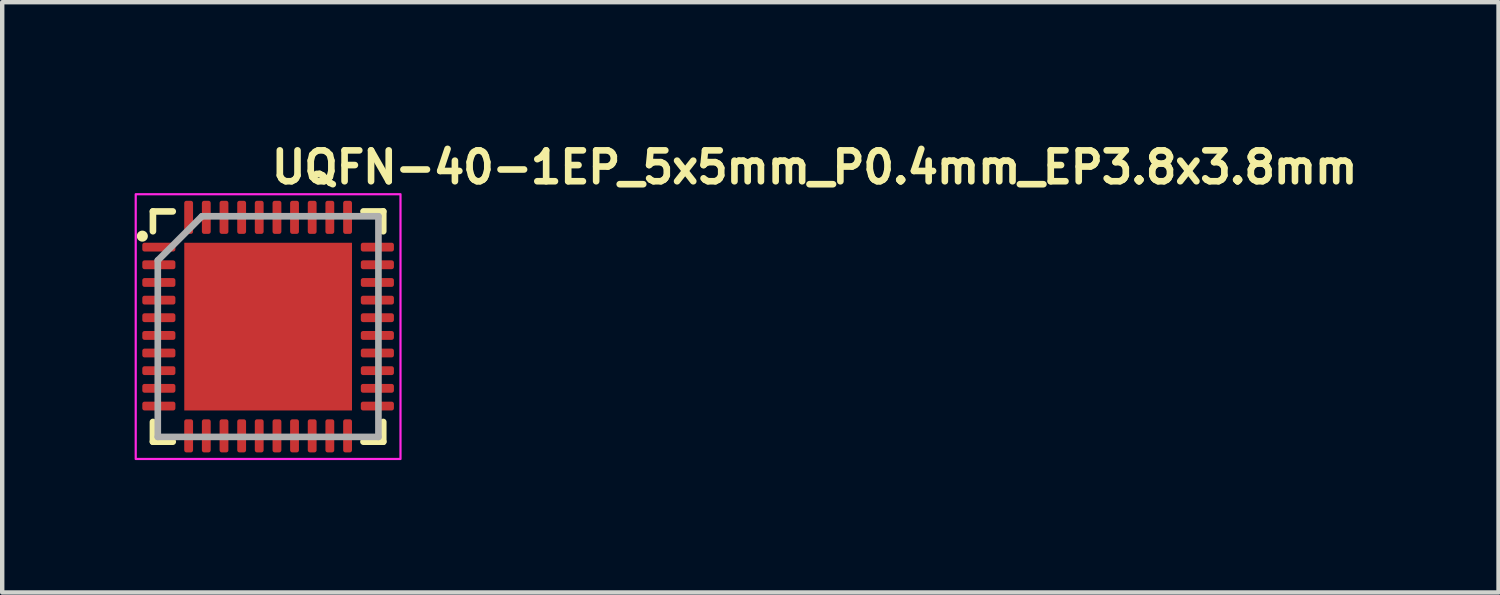
<source format=kicad_pcb>
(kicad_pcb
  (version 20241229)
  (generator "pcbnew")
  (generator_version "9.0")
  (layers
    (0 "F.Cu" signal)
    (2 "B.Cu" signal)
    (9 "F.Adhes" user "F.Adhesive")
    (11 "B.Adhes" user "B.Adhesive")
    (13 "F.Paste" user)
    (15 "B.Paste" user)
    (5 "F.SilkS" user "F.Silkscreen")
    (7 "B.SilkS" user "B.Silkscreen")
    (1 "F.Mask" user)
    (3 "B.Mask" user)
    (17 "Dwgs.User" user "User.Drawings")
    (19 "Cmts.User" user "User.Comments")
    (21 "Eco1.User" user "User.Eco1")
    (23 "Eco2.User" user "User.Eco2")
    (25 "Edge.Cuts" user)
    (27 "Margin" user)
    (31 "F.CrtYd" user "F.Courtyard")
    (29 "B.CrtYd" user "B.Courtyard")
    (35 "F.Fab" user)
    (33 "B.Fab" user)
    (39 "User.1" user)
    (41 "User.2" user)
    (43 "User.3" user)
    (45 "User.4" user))
  (footprint "UQFN-40-1EP_5x5mm_P0.4mm_EP3.8x3.8mm"
    (layer "F.Cu")
    (at 3.025 4.35)
    (property "Reference" "UQFN-40-1EP_5x5mm_P0.4mm_EP3.8x3.8mm" (at 0 -3.2 0) (layer "F.SilkS") (effects (font (size 0.7 0.7) (thickness 0.15)) (justify left bottom)))
    (attr smd)
    (fp_line (start -2.61 -2.161) (end -2.61 -2.61) (stroke (width 0.15) (type solid)) (layer "F.SilkS"))
    (fp_line (start -2.61 2.608) (end -2.61 2.16) (stroke (width 0.15) (type solid)) (layer "F.SilkS"))
    (fp_line (start -2.161 -2.61) (end -2.61 -2.61) (stroke (width 0.15) (type solid)) (layer "F.SilkS"))
    (fp_line (start -2.161 2.608) (end -2.61 2.608) (stroke (width 0.15) (type solid)) (layer "F.SilkS"))
    (fp_line (start 2.16 -2.61) (end 2.608 -2.61) (stroke (width 0.15) (type solid)) (layer "F.SilkS"))
    (fp_line (start 2.16 2.608) (end 2.608 2.608) (stroke (width 0.15) (type solid)) (layer "F.SilkS"))
    (fp_line (start 2.608 -2.61) (end 2.608 -2.161) (stroke (width 0.15) (type solid)) (layer "F.SilkS"))
    (fp_line (start 2.608 2.608) (end 2.608 2.16) (stroke (width 0.15) (type solid)) (layer "F.SilkS"))
    (fp_circle (center -2.85 -2.05) (end -2.8 -2.05) (stroke (width 0.15) (type solid)) (fill yes) (layer "F.SilkS"))
    (fp_rect (start -3 -3) (end 2.999 2.999) (stroke (width 0.05) (type solid)) (fill no) (layer "F.CrtYd"))
    (fp_line (start -2.5 -1.5) (end -1.5 -2.5) (stroke (width 0.15) (type solid)) (layer "F.Fab"))
    (fp_line (start -2.5 2.499) (end -2.5 -1.5) (stroke (width 0.15) (type solid)) (layer "F.Fab"))
    (fp_line (start -1.5 -2.5) (end 2.499 -2.5) (stroke (width 0.15) (type solid)) (layer "F.Fab"))
    (fp_line (start 2.499 -2.5) (end 2.499 2.499) (stroke (width 0.15) (type solid)) (layer "F.Fab"))
    (fp_line (start 2.499 2.499) (end -2.5 2.499) (stroke (width 0.15) (type solid)) (layer "F.Fab"))
    (fp_rect (start -2.5 -2.5) (end 2.499 2.499) (stroke (width 0.1) (type solid)) (fill no) (layer "User.5"))
    (fp_line (start -2.5 -1.901) (end -2.5 -1.7) (stroke (width 0.02) (type solid)) (layer "User.9"))
    (fp_line (start -2.5 -1.7) (end -2.492 -1.7) (stroke (width 0.02) (type solid)) (layer "User.9"))
    (fp_line (start -2.5 -1.5) (end -2.5 -1.301) (stroke (width 0.02) (type solid)) (layer "User.9"))
    (fp_line (start -2.5 -1.301) (end -2.492 -1.301) (stroke (width 0.02) (type solid)) (layer "User.9"))
    (fp_line (start -2.5 -1.101) (end -2.5 -0.902) (stroke (width 0.02) (type solid)) (layer "User.9"))
    (fp_line (start -2.5 -0.902) (end -2.492 -0.902) (stroke (width 0.02) (type solid)) (layer "User.9"))
    (fp_line (start -2.5 -0.701) (end -2.5 -0.5) (stroke (width 0.02) (type solid)) (layer "User.9"))
    (fp_line (start -2.5 -0.5) (end -2.492 -0.5) (stroke (width 0.02) (type solid)) (layer "User.9"))
    (fp_line (start -2.5 -0.3) (end -2.5 -0.102) (stroke (width 0.02) (type solid)) (layer "User.9"))
    (fp_line (start -2.5 -0.102) (end -2.492 -0.102) (stroke (width 0.02) (type solid)) (layer "User.9"))
    (fp_line (start -2.5 0.1) (end -2.5 0.298) (stroke (width 0.02) (type solid)) (layer "User.9"))
    (fp_line (start -2.5 0.298) (end -2.492 0.298) (stroke (width 0.02) (type solid)) (layer "User.9"))
    (fp_line (start -2.5 0.498) (end -2.5 0.699) (stroke (width 0.02) (type solid)) (layer "User.9"))
    (fp_line (start -2.5 0.699) (end -2.492 0.699) (stroke (width 0.02) (type solid)) (layer "User.9"))
    (fp_line (start -2.5 0.9) (end -2.5 1.1) (stroke (width 0.02) (type solid)) (layer "User.9"))
    (fp_line (start -2.5 1.1) (end -2.492 1.1) (stroke (width 0.02) (type solid)) (layer "User.9"))
    (fp_line (start -2.5 1.3) (end -2.5 1.499) (stroke (width 0.02) (type solid)) (layer "User.9"))
    (fp_line (start -2.5 1.499) (end -2.492 1.499) (stroke (width 0.02) (type solid)) (layer "User.9"))
    (fp_line (start -2.5 1.699) (end -2.5 1.898) (stroke (width 0.02) (type solid)) (layer "User.9"))
    (fp_line (start -2.5 1.898) (end -2.492 1.898) (stroke (width 0.02) (type solid)) (layer "User.9"))
    (fp_line (start -2.492 -2.492) (end -2.492 2.49) (stroke (width 0.02) (type solid)) (layer "User.9"))
    (fp_line (start -2.492 -2.492) (end 2.49 -2.492) (stroke (width 0.02) (type solid)) (layer "User.9"))
    (fp_line (start -2.492 -1.901) (end -2.5 -1.901) (stroke (width 0.02) (type solid)) (layer "User.9"))
    (fp_line (start -2.492 -1.5) (end -2.5 -1.5) (stroke (width 0.02) (type solid)) (layer "User.9"))
    (fp_line (start -2.492 -1.101) (end -2.5 -1.101) (stroke (width 0.02) (type solid)) (layer "User.9"))
    (fp_line (start -2.492 -0.701) (end -2.5 -0.701) (stroke (width 0.02) (type solid)) (layer "User.9"))
    (fp_line (start -2.492 -0.3) (end -2.5 -0.3) (stroke (width 0.02) (type solid)) (layer "User.9"))
    (fp_line (start -2.492 0.1) (end -2.5 0.1) (stroke (width 0.02) (type solid)) (layer "User.9"))
    (fp_line (start -2.492 0.498) (end -2.5 0.498) (stroke (width 0.02) (type solid)) (layer "User.9"))
    (fp_line (start -2.492 0.9) (end -2.5 0.9) (stroke (width 0.02) (type solid)) (layer "User.9"))
    (fp_line (start -2.492 1.3) (end -2.5 1.3) (stroke (width 0.02) (type solid)) (layer "User.9"))
    (fp_line (start -2.492 1.699) (end -2.5 1.699) (stroke (width 0.02) (type solid)) (layer "User.9"))
    (fp_line (start -2.492 2.49) (end 2.49 2.49) (stroke (width 0.02) (type solid)) (layer "User.9"))
    (fp_line (start -2.05 -1.813) (end -2.05 -1.801) (stroke (width 0.02) (type solid)) (layer "User.9"))
    (fp_line (start -2.05 -1.801) (end -2.05 -1.801) (stroke (width 0.02) (type solid)) (layer "User.9"))
    (fp_line (start -2.05 -1.801) (end -2.05 -1.788) (stroke (width 0.02) (type solid)) (layer "User.9"))
    (fp_line (start -2.05 -1.788) (end -2.049 -1.776) (stroke (width 0.02) (type solid)) (layer "User.9"))
    (fp_line (start -2.049 -1.827) (end -2.05 -1.813) (stroke (width 0.02) (type solid)) (layer "User.9"))
    (fp_line (start -2.049 -1.776) (end -2.048 -1.762) (stroke (width 0.02) (type solid)) (layer "User.9"))
    (fp_line (start -2.048 -1.839) (end -2.049 -1.827) (stroke (width 0.02) (type solid)) (layer "User.9"))
    (fp_line (start -2.048 -1.762) (end -2.045 -1.75) (stroke (width 0.02) (type solid)) (layer "User.9"))
    (fp_line (start -2.045 -1.851) (end -2.048 -1.839) (stroke (width 0.02) (type solid)) (layer "User.9"))
    (fp_line (start -2.045 -1.75) (end -2.044 -1.738) (stroke (width 0.02) (type solid)) (layer "User.9"))
    (fp_line (start -2.044 -1.863) (end -2.045 -1.851) (stroke (width 0.02) (type solid)) (layer "User.9"))
    (fp_line (start -2.044 -1.738) (end -2.04 -1.726) (stroke (width 0.02) (type solid)) (layer "User.9"))
    (fp_line (start -2.04 -1.875) (end -2.044 -1.863) (stroke (width 0.02) (type solid)) (layer "User.9"))
    (fp_line (start -2.04 -1.726) (end -2.036 -1.716) (stroke (width 0.02) (type solid)) (layer "User.9"))
    (fp_line (start -2.036 -1.887) (end -2.04 -1.875) (stroke (width 0.02) (type solid)) (layer "User.9"))
    (fp_line (start -2.036 -1.716) (end -2.032 -1.704) (stroke (width 0.02) (type solid)) (layer "User.9"))
    (fp_line (start -2.032 -1.899) (end -2.036 -1.887) (stroke (width 0.02) (type solid)) (layer "User.9"))
    (fp_line (start -2.032 -1.704) (end -2.027 -1.692) (stroke (width 0.02) (type solid)) (layer "User.9"))
    (fp_line (start -2.027 -1.909) (end -2.032 -1.899) (stroke (width 0.02) (type solid)) (layer "User.9"))
    (fp_line (start -2.027 -1.692) (end -2.02 -1.682) (stroke (width 0.02) (type solid)) (layer "User.9"))
    (fp_line (start -2.02 -1.92) (end -2.027 -1.909) (stroke (width 0.02) (type solid)) (layer "User.9"))
    (fp_line (start -2.02 -1.682) (end -2.015 -1.672) (stroke (width 0.02) (type solid)) (layer "User.9"))
    (fp_line (start -2.015 -1.93) (end -2.02 -1.92) (stroke (width 0.02) (type solid)) (layer "User.9"))
    (fp_line (start -2.015 -1.672) (end -2.008 -1.661) (stroke (width 0.02) (type solid)) (layer "User.9"))
    (fp_line (start -2.008 -1.94) (end -2.015 -1.93) (stroke (width 0.02) (type solid)) (layer "User.9"))
    (fp_line (start -2.008 -1.661) (end -2.001 -1.651) (stroke (width 0.02) (type solid)) (layer "User.9"))
    (fp_line (start -2.001 -1.95) (end -2.008 -1.94) (stroke (width 0.02) (type solid)) (layer "User.9"))
    (fp_line (start -2.001 -1.651) (end -1.994 -1.641) (stroke (width 0.02) (type solid)) (layer "User.9"))
    (fp_line (start -1.994 -1.96) (end -2.001 -1.95) (stroke (width 0.02) (type solid)) (layer "User.9"))
    (fp_line (start -1.994 -1.641) (end -1.986 -1.633) (stroke (width 0.02) (type solid)) (layer "User.9"))
    (fp_line (start -1.986 -1.97) (end -1.994 -1.96) (stroke (width 0.02) (type solid)) (layer "User.9"))
    (fp_line (start -1.986 -1.633) (end -1.978 -1.625) (stroke (width 0.02) (type solid)) (layer "User.9"))
    (fp_line (start -1.978 -1.978) (end -1.986 -1.97) (stroke (width 0.02) (type solid)) (layer "User.9"))
    (fp_line (start -1.978 -1.625) (end -1.97 -1.615) (stroke (width 0.02) (type solid)) (layer "User.9"))
    (fp_line (start -1.97 -1.986) (end -1.978 -1.978) (stroke (width 0.02) (type solid)) (layer "User.9"))
    (fp_line (start -1.97 -1.615) (end -1.96 -1.609) (stroke (width 0.02) (type solid)) (layer "User.9"))
    (fp_line (start -1.96 -1.994) (end -1.97 -1.986) (stroke (width 0.02) (type solid)) (layer "User.9"))
    (fp_line (start -1.96 -1.609) (end -1.95 -1.601) (stroke (width 0.02) (type solid)) (layer "User.9"))
    (fp_line (start -1.95 -2.001) (end -1.96 -1.994) (stroke (width 0.02) (type solid)) (layer "User.9"))
    (fp_line (start -1.95 -1.601) (end -1.94 -1.593) (stroke (width 0.02) (type solid)) (layer "User.9"))
    (fp_line (start -1.94 -2.008) (end -1.95 -2.001) (stroke (width 0.02) (type solid)) (layer "User.9"))
    (fp_line (start -1.94 -1.593) (end -1.93 -1.587) (stroke (width 0.02) (type solid)) (layer "User.9"))
    (fp_line (start -1.93 -2.015) (end -1.94 -2.008) (stroke (width 0.02) (type solid)) (layer "User.9"))
    (fp_line (start -1.93 -1.587) (end -1.92 -1.581) (stroke (width 0.02) (type solid)) (layer "User.9"))
    (fp_line (start -1.92 -2.02) (end -1.93 -2.015) (stroke (width 0.02) (type solid)) (layer "User.9"))
    (fp_line (start -1.92 -1.581) (end -1.909 -1.575) (stroke (width 0.02) (type solid)) (layer "User.9"))
    (fp_line (start -1.909 -2.027) (end -1.92 -2.02) (stroke (width 0.02) (type solid)) (layer "User.9"))
    (fp_line (start -1.909 -1.575) (end -1.899 -1.571) (stroke (width 0.02) (type solid)) (layer "User.9"))
    (fp_line (start -1.901 -2.5) (end -1.901 -2.492) (stroke (width 0.02) (type solid)) (layer "User.9"))
    (fp_line (start -1.901 2.49) (end -1.901 2.499) (stroke (width 0.02) (type solid)) (layer "User.9"))
    (fp_line (start -1.901 2.499) (end -1.7 2.499) (stroke (width 0.02) (type solid)) (layer "User.9"))
    (fp_line (start -1.899 -2.032) (end -1.909 -2.027) (stroke (width 0.02) (type solid)) (layer "User.9"))
    (fp_line (start -1.899 -1.571) (end -1.887 -1.567) (stroke (width 0.02) (type solid)) (layer "User.9"))
    (fp_line (start -1.887 -2.036) (end -1.899 -2.032) (stroke (width 0.02) (type solid)) (layer "User.9"))
    (fp_line (start -1.887 -1.567) (end -1.875 -1.563) (stroke (width 0.02) (type solid)) (layer "User.9"))
    (fp_line (start -1.875 -2.04) (end -1.887 -2.036) (stroke (width 0.02) (type solid)) (layer "User.9"))
    (fp_line (start -1.875 -1.563) (end -1.863 -1.559) (stroke (width 0.02) (type solid)) (layer "User.9"))
    (fp_line (start -1.863 -2.044) (end -1.875 -2.04) (stroke (width 0.02) (type solid)) (layer "User.9"))
    (fp_line (start -1.863 -1.559) (end -1.851 -1.557) (stroke (width 0.02) (type solid)) (layer "User.9"))
    (fp_line (start -1.851 -2.045) (end -1.863 -2.044) (stroke (width 0.02) (type solid)) (layer "User.9"))
    (fp_line (start -1.851 -1.557) (end -1.839 -1.553) (stroke (width 0.02) (type solid)) (layer "User.9"))
    (fp_line (start -1.839 -2.048) (end -1.851 -2.045) (stroke (width 0.02) (type solid)) (layer "User.9"))
    (fp_line (start -1.839 -1.553) (end -1.827 -1.553) (stroke (width 0.02) (type solid)) (layer "User.9"))
    (fp_line (start -1.827 -2.049) (end -1.839 -2.048) (stroke (width 0.02) (type solid)) (layer "User.9"))
    (fp_line (start -1.827 -1.553) (end -1.813 -1.551) (stroke (width 0.02) (type solid)) (layer "User.9"))
    (fp_line (start -1.813 -2.05) (end -1.827 -2.049) (stroke (width 0.02) (type solid)) (layer "User.9"))
    (fp_line (start -1.813 -1.551) (end -1.801 -1.551) (stroke (width 0.02) (type solid)) (layer "User.9"))
    (fp_line (start -1.801 -2.05) (end -1.813 -2.05) (stroke (width 0.02) (type solid)) (layer "User.9"))
    (fp_line (start -1.801 -2.05) (end -1.801 -2.05) (stroke (width 0.02) (type solid)) (layer "User.9"))
    (fp_line (start -1.801 -1.551) (end -1.801 -1.551) (stroke (width 0.02) (type solid)) (layer "User.9"))
    (fp_line (start -1.801 -1.551) (end -1.788 -1.551) (stroke (width 0.02) (type solid)) (layer "User.9"))
    (fp_line (start -1.788 -2.05) (end -1.801 -2.05) (stroke (width 0.02) (type solid)) (layer "User.9"))
    (fp_line (start -1.788 -1.551) (end -1.776 -1.553) (stroke (width 0.02) (type solid)) (layer "User.9"))
    (fp_line (start -1.776 -2.049) (end -1.788 -2.05) (stroke (width 0.02) (type solid)) (layer "User.9"))
    (fp_line (start -1.776 -1.553) (end -1.762 -1.553) (stroke (width 0.02) (type solid)) (layer "User.9"))
    (fp_line (start -1.762 -2.048) (end -1.776 -2.049) (stroke (width 0.02) (type solid)) (layer "User.9"))
    (fp_line (start -1.762 -1.553) (end -1.75 -1.557) (stroke (width 0.02) (type solid)) (layer "User.9"))
    (fp_line (start -1.75 -2.045) (end -1.762 -2.048) (stroke (width 0.02) (type solid)) (layer "User.9"))
    (fp_line (start -1.75 -1.557) (end -1.738 -1.559) (stroke (width 0.02) (type solid)) (layer "User.9"))
    (fp_line (start -1.738 -2.044) (end -1.75 -2.045) (stroke (width 0.02) (type solid)) (layer "User.9"))
    (fp_line (start -1.738 -1.559) (end -1.726 -1.563) (stroke (width 0.02) (type solid)) (layer "User.9"))
    (fp_line (start -1.726 -2.04) (end -1.738 -2.044) (stroke (width 0.02) (type solid)) (layer "User.9"))
    (fp_line (start -1.726 -1.563) (end -1.716 -1.567) (stroke (width 0.02) (type solid)) (layer "User.9"))
    (fp_line (start -1.716 -2.036) (end -1.726 -2.04) (stroke (width 0.02) (type solid)) (layer "User.9"))
    (fp_line (start -1.716 -1.567) (end -1.704 -1.571) (stroke (width 0.02) (type solid)) (layer "User.9"))
    (fp_line (start -1.704 -2.032) (end -1.716 -2.036) (stroke (width 0.02) (type solid)) (layer "User.9"))
    (fp_line (start -1.704 -1.571) (end -1.692 -1.575) (stroke (width 0.02) (type solid)) (layer "User.9"))
    (fp_line (start -1.7 -2.5) (end -1.901 -2.5) (stroke (width 0.02) (type solid)) (layer "User.9"))
    (fp_line (start -1.7 -2.492) (end -1.7 -2.5) (stroke (width 0.02) (type solid)) (layer "User.9"))
    (fp_line (start -1.7 2.499) (end -1.7 2.49) (stroke (width 0.02) (type solid)) (layer "User.9"))
    (fp_line (start -1.692 -2.027) (end -1.704 -2.032) (stroke (width 0.02) (type solid)) (layer "User.9"))
    (fp_line (start -1.692 -1.575) (end -1.682 -1.581) (stroke (width 0.02) (type solid)) (layer "User.9"))
    (fp_line (start -1.682 -2.02) (end -1.692 -2.027) (stroke (width 0.02) (type solid)) (layer "User.9"))
    (fp_line (start -1.682 -1.581) (end -1.672 -1.587) (stroke (width 0.02) (type solid)) (layer "User.9"))
    (fp_line (start -1.672 -2.015) (end -1.682 -2.02) (stroke (width 0.02) (type solid)) (layer "User.9"))
    (fp_line (start -1.672 -1.587) (end -1.661 -1.593) (stroke (width 0.02) (type solid)) (layer "User.9"))
    (fp_line (start -1.661 -2.008) (end -1.672 -2.015) (stroke (width 0.02) (type solid)) (layer "User.9"))
    (fp_line (start -1.661 -1.593) (end -1.651 -1.601) (stroke (width 0.02) (type solid)) (layer "User.9"))
    (fp_line (start -1.651 -2.001) (end -1.661 -2.008) (stroke (width 0.02) (type solid)) (layer "User.9"))
    (fp_line (start -1.651 -1.601) (end -1.641 -1.609) (stroke (width 0.02) (type solid)) (layer "User.9"))
    (fp_line (start -1.641 -1.994) (end -1.651 -2.001) (stroke (width 0.02) (type solid)) (layer "User.9"))
    (fp_line (start -1.641 -1.609) (end -1.633 -1.615) (stroke (width 0.02) (type solid)) (layer "User.9"))
    (fp_line (start -1.633 -1.986) (end -1.641 -1.994) (stroke (width 0.02) (type solid)) (layer "User.9"))
    (fp_line (start -1.633 -1.615) (end -1.625 -1.625) (stroke (width 0.02) (type solid)) (layer "User.9"))
    (fp_line (start -1.625 -1.978) (end -1.633 -1.986) (stroke (width 0.02) (type solid)) (layer "User.9"))
    (fp_line (start -1.625 -1.625) (end -1.615 -1.633) (stroke (width 0.02) (type solid)) (layer "User.9"))
    (fp_line (start -1.615 -1.97) (end -1.625 -1.978) (stroke (width 0.02) (type solid)) (layer "User.9"))
    (fp_line (start -1.615 -1.633) (end -1.609 -1.641) (stroke (width 0.02) (type solid)) (layer "User.9"))
    (fp_line (start -1.609 -1.96) (end -1.615 -1.97) (stroke (width 0.02) (type solid)) (layer "User.9"))
    (fp_line (start -1.609 -1.641) (end -1.601 -1.651) (stroke (width 0.02) (type solid)) (layer "User.9"))
    (fp_line (start -1.601 -1.95) (end -1.609 -1.96) (stroke (width 0.02) (type solid)) (layer "User.9"))
    (fp_line (start -1.601 -1.651) (end -1.593 -1.661) (stroke (width 0.02) (type solid)) (layer "User.9"))
    (fp_line (start -1.593 -1.94) (end -1.601 -1.95) (stroke (width 0.02) (type solid)) (layer "User.9"))
    (fp_line (start -1.593 -1.661) (end -1.587 -1.672) (stroke (width 0.02) (type solid)) (layer "User.9"))
    (fp_line (start -1.587 -1.93) (end -1.593 -1.94) (stroke (width 0.02) (type solid)) (layer "User.9"))
    (fp_line (start -1.587 -1.672) (end -1.581 -1.682) (stroke (width 0.02) (type solid)) (layer "User.9"))
    (fp_line (start -1.581 -1.92) (end -1.587 -1.93) (stroke (width 0.02) (type solid)) (layer "User.9"))
    (fp_line (start -1.581 -1.682) (end -1.575 -1.692) (stroke (width 0.02) (type solid)) (layer "User.9"))
    (fp_line (start -1.575 -1.909) (end -1.581 -1.92) (stroke (width 0.02) (type solid)) (layer "User.9"))
    (fp_line (start -1.575 -1.692) (end -1.571 -1.704) (stroke (width 0.02) (type solid)) (layer "User.9"))
    (fp_line (start -1.571 -1.899) (end -1.575 -1.909) (stroke (width 0.02) (type solid)) (layer "User.9"))
    (fp_line (start -1.571 -1.704) (end -1.567 -1.716) (stroke (width 0.02) (type solid)) (layer "User.9"))
    (fp_line (start -1.567 -1.887) (end -1.571 -1.899) (stroke (width 0.02) (type solid)) (layer "User.9"))
    (fp_line (start -1.567 -1.716) (end -1.563 -1.726) (stroke (width 0.02) (type solid)) (layer "User.9"))
    (fp_line (start -1.563 -1.875) (end -1.567 -1.887) (stroke (width 0.02) (type solid)) (layer "User.9"))
    (fp_line (start -1.563 -1.726) (end -1.559 -1.738) (stroke (width 0.02) (type solid)) (layer "User.9"))
    (fp_line (start -1.559 -1.863) (end -1.563 -1.875) (stroke (width 0.02) (type solid)) (layer "User.9"))
    (fp_line (start -1.559 -1.738) (end -1.557 -1.75) (stroke (width 0.02) (type solid)) (layer "User.9"))
    (fp_line (start -1.557 -1.851) (end -1.559 -1.863) (stroke (width 0.02) (type solid)) (layer "User.9"))
    (fp_line (start -1.557 -1.75) (end -1.553 -1.762) (stroke (width 0.02) (type solid)) (layer "User.9"))
    (fp_line (start -1.553 -1.839) (end -1.557 -1.851) (stroke (width 0.02) (type solid)) (layer "User.9"))
    (fp_line (start -1.553 -1.827) (end -1.553 -1.839) (stroke (width 0.02) (type solid)) (layer "User.9"))
    (fp_line (start -1.553 -1.776) (end -1.551 -1.788) (stroke (width 0.02) (type solid)) (layer "User.9"))
    (fp_line (start -1.553 -1.762) (end -1.553 -1.776) (stroke (width 0.02) (type solid)) (layer "User.9"))
    (fp_line (start -1.551 -1.813) (end -1.553 -1.827) (stroke (width 0.02) (type solid)) (layer "User.9"))
    (fp_line (start -1.551 -1.801) (end -1.551 -1.813) (stroke (width 0.02) (type solid)) (layer "User.9"))
    (fp_line (start -1.551 -1.801) (end -1.551 -1.801) (stroke (width 0.02) (type solid)) (layer "User.9"))
    (fp_line (start -1.551 -1.801) (end -1.551 -1.801) (stroke (width 0.02) (type solid)) (layer "User.9"))
    (fp_line (start -1.551 -1.788) (end -1.551 -1.801) (stroke (width 0.02) (type solid)) (layer "User.9"))
    (fp_line (start -1.5 -2.5) (end -1.5 -2.492) (stroke (width 0.02) (type solid)) (layer "User.9"))
    (fp_line (start -1.5 2.49) (end -1.5 2.499) (stroke (width 0.02) (type solid)) (layer "User.9"))
    (fp_line (start -1.5 2.499) (end -1.301 2.499) (stroke (width 0.02) (type solid)) (layer "User.9"))
    (fp_line (start -1.301 -2.5) (end -1.5 -2.5) (stroke (width 0.02) (type solid)) (layer "User.9"))
    (fp_line (start -1.301 -2.492) (end -1.301 -2.5) (stroke (width 0.02) (type solid)) (layer "User.9"))
    (fp_line (start -1.301 2.499) (end -1.301 2.49) (stroke (width 0.02) (type solid)) (layer "User.9"))
    (fp_line (start -1.101 -2.5) (end -1.101 -2.492) (stroke (width 0.02) (type solid)) (layer "User.9"))
    (fp_line (start -1.101 2.49) (end -1.101 2.499) (stroke (width 0.02) (type solid)) (layer "User.9"))
    (fp_line (start -1.101 2.499) (end -0.902 2.499) (stroke (width 0.02) (type solid)) (layer "User.9"))
    (fp_line (start -0.902 -2.5) (end -1.101 -2.5) (stroke (width 0.02) (type solid)) (layer "User.9"))
    (fp_line (start -0.902 -2.492) (end -0.902 -2.5) (stroke (width 0.02) (type solid)) (layer "User.9"))
    (fp_line (start -0.902 2.499) (end -0.902 2.49) (stroke (width 0.02) (type solid)) (layer "User.9"))
    (fp_line (start -0.701 -2.5) (end -0.701 -2.492) (stroke (width 0.02) (type solid)) (layer "User.9"))
    (fp_line (start -0.701 2.49) (end -0.701 2.499) (stroke (width 0.02) (type solid)) (layer "User.9"))
    (fp_line (start -0.701 2.499) (end -0.5 2.499) (stroke (width 0.02) (type solid)) (layer "User.9"))
    (fp_line (start -0.5 -2.5) (end -0.701 -2.5) (stroke (width 0.02) (type solid)) (layer "User.9"))
    (fp_line (start -0.5 -2.492) (end -0.5 -2.5) (stroke (width 0.02) (type solid)) (layer "User.9"))
    (fp_line (start -0.5 2.499) (end -0.5 2.49) (stroke (width 0.02) (type solid)) (layer "User.9"))
    (fp_line (start -0.3 -2.5) (end -0.3 -2.492) (stroke (width 0.02) (type solid)) (layer "User.9"))
    (fp_line (start -0.3 2.49) (end -0.3 2.499) (stroke (width 0.02) (type solid)) (layer "User.9"))
    (fp_line (start -0.3 2.499) (end -0.102 2.499) (stroke (width 0.02) (type solid)) (layer "User.9"))
    (fp_line (start -0.102 -2.5) (end -0.3 -2.5) (stroke (width 0.02) (type solid)) (layer "User.9"))
    (fp_line (start -0.102 -2.492) (end -0.102 -2.5) (stroke (width 0.02) (type solid)) (layer "User.9"))
    (fp_line (start -0.102 2.499) (end -0.102 2.49) (stroke (width 0.02) (type solid)) (layer "User.9"))
    (fp_line (start 0.1 -2.5) (end 0.1 -2.492) (stroke (width 0.02) (type solid)) (layer "User.9"))
    (fp_line (start 0.1 2.49) (end 0.1 2.499) (stroke (width 0.02) (type solid)) (layer "User.9"))
    (fp_line (start 0.1 2.499) (end 0.298 2.499) (stroke (width 0.02) (type solid)) (layer "User.9"))
    (fp_line (start 0.298 -2.5) (end 0.1 -2.5) (stroke (width 0.02) (type solid)) (layer "User.9"))
    (fp_line (start 0.298 -2.492) (end 0.298 -2.5) (stroke (width 0.02) (type solid)) (layer "User.9"))
    (fp_line (start 0.298 2.499) (end 0.298 2.49) (stroke (width 0.02) (type solid)) (layer "User.9"))
    (fp_line (start 0.498 -2.5) (end 0.498 -2.492) (stroke (width 0.02) (type solid)) (layer "User.9"))
    (fp_line (start 0.498 2.49) (end 0.498 2.499) (stroke (width 0.02) (type solid)) (layer "User.9"))
    (fp_line (start 0.498 2.499) (end 0.699 2.499) (stroke (width 0.02) (type solid)) (layer "User.9"))
    (fp_line (start 0.699 -2.5) (end 0.498 -2.5) (stroke (width 0.02) (type solid)) (layer "User.9"))
    (fp_line (start 0.699 -2.492) (end 0.699 -2.5) (stroke (width 0.02) (type solid)) (layer "User.9"))
    (fp_line (start 0.699 2.499) (end 0.699 2.49) (stroke (width 0.02) (type solid)) (layer "User.9"))
    (fp_line (start 0.9 -2.5) (end 0.9 -2.492) (stroke (width 0.02) (type solid)) (layer "User.9"))
    (fp_line (start 0.9 2.49) (end 0.9 2.499) (stroke (width 0.02) (type solid)) (layer "User.9"))
    (fp_line (start 0.9 2.499) (end 1.1 2.499) (stroke (width 0.02) (type solid)) (layer "User.9"))
    (fp_line (start 1.1 -2.5) (end 0.9 -2.5) (stroke (width 0.02) (type solid)) (layer "User.9"))
    (fp_line (start 1.1 -2.492) (end 1.1 -2.5) (stroke (width 0.02) (type solid)) (layer "User.9"))
    (fp_line (start 1.1 2.499) (end 1.1 2.49) (stroke (width 0.02) (type solid)) (layer "User.9"))
    (fp_line (start 1.3 -2.5) (end 1.3 -2.492) (stroke (width 0.02) (type solid)) (layer "User.9"))
    (fp_line (start 1.3 2.49) (end 1.3 2.499) (stroke (width 0.02) (type solid)) (layer "User.9"))
    (fp_line (start 1.3 2.499) (end 1.499 2.499) (stroke (width 0.02) (type solid)) (layer "User.9"))
    (fp_line (start 1.499 -2.5) (end 1.3 -2.5) (stroke (width 0.02) (type solid)) (layer "User.9"))
    (fp_line (start 1.499 -2.492) (end 1.499 -2.5) (stroke (width 0.02) (type solid)) (layer "User.9"))
    (fp_line (start 1.499 2.499) (end 1.499 2.49) (stroke (width 0.02) (type solid)) (layer "User.9"))
    (fp_line (start 1.699 -2.5) (end 1.699 -2.492) (stroke (width 0.02) (type solid)) (layer "User.9"))
    (fp_line (start 1.699 2.49) (end 1.699 2.499) (stroke (width 0.02) (type solid)) (layer "User.9"))
    (fp_line (start 1.699 2.499) (end 1.898 2.499) (stroke (width 0.02) (type solid)) (layer "User.9"))
    (fp_line (start 1.898 -2.5) (end 1.699 -2.5) (stroke (width 0.02) (type solid)) (layer "User.9"))
    (fp_line (start 1.898 -2.492) (end 1.898 -2.5) (stroke (width 0.02) (type solid)) (layer "User.9"))
    (fp_line (start 1.898 2.499) (end 1.898 2.49) (stroke (width 0.02) (type solid)) (layer "User.9"))
    (fp_line (start 2.49 -2.492) (end 2.49 2.49) (stroke (width 0.02) (type solid)) (layer "User.9"))
    (fp_line (start 2.49 -1.7) (end 2.499 -1.7) (stroke (width 0.02) (type solid)) (layer "User.9"))
    (fp_line (start 2.49 -1.301) (end 2.499 -1.301) (stroke (width 0.02) (type solid)) (layer "User.9"))
    (fp_line (start 2.49 -0.902) (end 2.499 -0.902) (stroke (width 0.02) (type solid)) (layer "User.9"))
    (fp_line (start 2.49 -0.5) (end 2.499 -0.5) (stroke (width 0.02) (type solid)) (layer "User.9"))
    (fp_line (start 2.49 -0.102) (end 2.499 -0.102) (stroke (width 0.02) (type solid)) (layer "User.9"))
    (fp_line (start 2.49 0.298) (end 2.499 0.298) (stroke (width 0.02) (type solid)) (layer "User.9"))
    (fp_line (start 2.49 0.699) (end 2.499 0.699) (stroke (width 0.02) (type solid)) (layer "User.9"))
    (fp_line (start 2.49 1.1) (end 2.499 1.1) (stroke (width 0.02) (type solid)) (layer "User.9"))
    (fp_line (start 2.49 1.499) (end 2.499 1.499) (stroke (width 0.02) (type solid)) (layer "User.9"))
    (fp_line (start 2.49 1.898) (end 2.499 1.898) (stroke (width 0.02) (type solid)) (layer "User.9"))
    (fp_line (start 2.499 -1.901) (end 2.49 -1.901) (stroke (width 0.02) (type solid)) (layer "User.9"))
    (fp_line (start 2.499 -1.7) (end 2.499 -1.901) (stroke (width 0.02) (type solid)) (layer "User.9"))
    (fp_line (start 2.499 -1.5) (end 2.49 -1.5) (stroke (width 0.02) (type solid)) (layer "User.9"))
    (fp_line (start 2.499 -1.301) (end 2.499 -1.5) (stroke (width 0.02) (type solid)) (layer "User.9"))
    (fp_line (start 2.499 -1.101) (end 2.49 -1.101) (stroke (width 0.02) (type solid)) (layer "User.9"))
    (fp_line (start 2.499 -0.902) (end 2.499 -1.101) (stroke (width 0.02) (type solid)) (layer "User.9"))
    (fp_line (start 2.499 -0.701) (end 2.49 -0.701) (stroke (width 0.02) (type solid)) (layer "User.9"))
    (fp_line (start 2.499 -0.5) (end 2.499 -0.701) (stroke (width 0.02) (type solid)) (layer "User.9"))
    (fp_line (start 2.499 -0.3) (end 2.49 -0.3) (stroke (width 0.02) (type solid)) (layer "User.9"))
    (fp_line (start 2.499 -0.102) (end 2.499 -0.3) (stroke (width 0.02) (type solid)) (layer "User.9"))
    (fp_line (start 2.499 0.1) (end 2.49 0.1) (stroke (width 0.02) (type solid)) (layer "User.9"))
    (fp_line (start 2.499 0.298) (end 2.499 0.1) (stroke (width 0.02) (type solid)) (layer "User.9"))
    (fp_line (start 2.499 0.498) (end 2.49 0.498) (stroke (width 0.02) (type solid)) (layer "User.9"))
    (fp_line (start 2.499 0.699) (end 2.499 0.498) (stroke (width 0.02) (type solid)) (layer "User.9"))
    (fp_line (start 2.499 0.9) (end 2.49 0.9) (stroke (width 0.02) (type solid)) (layer "User.9"))
    (fp_line (start 2.499 1.1) (end 2.499 0.9) (stroke (width 0.02) (type solid)) (layer "User.9"))
    (fp_line (start 2.499 1.3) (end 2.49 1.3) (stroke (width 0.02) (type solid)) (layer "User.9"))
    (fp_line (start 2.499 1.499) (end 2.499 1.3) (stroke (width 0.02) (type solid)) (layer "User.9"))
    (fp_line (start 2.499 1.699) (end 2.49 1.699) (stroke (width 0.02) (type solid)) (layer "User.9"))
    (fp_line (start 2.499 1.898) (end 2.499 1.699) (stroke (width 0.02) (type solid)) (layer "User.9"))
    (pad "" smd roundrect (at -1.27 -1.27) (size 1.02 1.02) (layers "F.Paste") (roundrect_rratio 0.245))
    (pad "" smd roundrect (at -1.27 0) (size 1.02 1.02) (layers "F.Paste") (roundrect_rratio 0.245))
    (pad "" smd roundrect (at -1.27 1.269) (size 1.02 1.02) (layers "F.Paste") (roundrect_rratio 0.245))
    (pad "" smd roundrect (at 0 -1.27) (size 1.02 1.02) (layers "F.Paste") (roundrect_rratio 0.245))
    (pad "" smd roundrect (at 0 0) (size 1.02 1.02) (layers "F.Paste") (roundrect_rratio 0.245))
    (pad "" smd roundrect (at 0 1.269) (size 1.02 1.02) (layers "F.Paste") (roundrect_rratio 0.245))
    (pad "" smd roundrect (at 1.269 -1.27) (size 1.02 1.02) (layers "F.Paste") (roundrect_rratio 0.245))
    (pad "" smd roundrect (at 1.269 0) (size 1.02 1.02) (layers "F.Paste") (roundrect_rratio 0.245))
    (pad "" smd roundrect (at 1.269 1.269) (size 1.02 1.02) (layers "F.Paste") (roundrect_rratio 0.245))
    (pad "1" smd roundrect (at -2.476 -1.801) (size 0.75 0.2) (layers "F.Cu" "F.Mask" "F.Paste") (roundrect_rratio 0.25))
    (pad "2" smd roundrect (at -2.476 -1.401) (size 0.75 0.2) (layers "F.Cu" "F.Mask" "F.Paste") (roundrect_rratio 0.25))
    (pad "3" smd roundrect (at -2.476 -1) (size 0.75 0.2) (layers "F.Cu" "F.Mask" "F.Paste") (roundrect_rratio 0.25))
    (pad "4" smd roundrect (at -2.476 -0.6) (size 0.75 0.2) (layers "F.Cu" "F.Mask" "F.Paste") (roundrect_rratio 0.25))
    (pad "5" smd roundrect (at -2.476 -0.202) (size 0.75 0.2) (layers "F.Cu" "F.Mask" "F.Paste") (roundrect_rratio 0.25))
    (pad "6" smd roundrect (at -2.476 0.2) (size 0.75 0.2) (layers "F.Cu" "F.Mask" "F.Paste") (roundrect_rratio 0.25))
    (pad "7" smd roundrect (at -2.476 0.598) (size 0.75 0.2) (layers "F.Cu" "F.Mask" "F.Paste") (roundrect_rratio 0.25))
    (pad "8" smd roundrect (at -2.476 0.998) (size 0.75 0.2) (layers "F.Cu" "F.Mask" "F.Paste") (roundrect_rratio 0.25))
    (pad "9" smd roundrect (at -2.476 1.398) (size 0.75 0.2) (layers "F.Cu" "F.Mask" "F.Paste") (roundrect_rratio 0.25))
    (pad "10" smd roundrect (at -2.476 1.8) (size 0.75 0.2) (layers "F.Cu" "F.Mask" "F.Paste") (roundrect_rratio 0.25))
    (pad "11" smd roundrect (at -1.801 2.475) (size 0.2 0.75) (layers "F.Cu" "F.Mask" "F.Paste") (roundrect_rratio 0.25))
    (pad "12" smd roundrect (at -1.401 2.475) (size 0.2 0.75) (layers "F.Cu" "F.Mask" "F.Paste") (roundrect_rratio 0.25))
    (pad "13" smd roundrect (at -1 2.475) (size 0.2 0.75) (layers "F.Cu" "F.Mask" "F.Paste") (roundrect_rratio 0.25))
    (pad "14" smd roundrect (at -0.6 2.475) (size 0.2 0.75) (layers "F.Cu" "F.Mask" "F.Paste") (roundrect_rratio 0.25))
    (pad "15" smd roundrect (at -0.202 2.475) (size 0.2 0.75) (layers "F.Cu" "F.Mask" "F.Paste") (roundrect_rratio 0.25))
    (pad "16" smd roundrect (at 0.2 2.475) (size 0.2 0.75) (layers "F.Cu" "F.Mask" "F.Paste") (roundrect_rratio 0.25))
    (pad "17" smd roundrect (at 0.598 2.475) (size 0.2 0.75) (layers "F.Cu" "F.Mask" "F.Paste") (roundrect_rratio 0.25))
    (pad "18" smd roundrect (at 0.998 2.475) (size 0.2 0.75) (layers "F.Cu" "F.Mask" "F.Paste") (roundrect_rratio 0.25))
    (pad "19" smd roundrect (at 1.398 2.475) (size 0.2 0.75) (layers "F.Cu" "F.Mask" "F.Paste") (roundrect_rratio 0.25))
    (pad "20" smd roundrect (at 1.8 2.475) (size 0.2 0.75) (layers "F.Cu" "F.Mask" "F.Paste") (roundrect_rratio 0.25))
    (pad "21" smd roundrect (at 2.475 1.8) (size 0.75 0.2) (layers "F.Cu" "F.Mask" "F.Paste") (roundrect_rratio 0.25))
    (pad "22" smd roundrect (at 2.475 1.398) (size 0.75 0.2) (layers "F.Cu" "F.Mask" "F.Paste") (roundrect_rratio 0.25))
    (pad "23" smd roundrect (at 2.475 0.998) (size 0.75 0.2) (layers "F.Cu" "F.Mask" "F.Paste") (roundrect_rratio 0.25))
    (pad "24" smd roundrect (at 2.475 0.598) (size 0.75 0.2) (layers "F.Cu" "F.Mask" "F.Paste") (roundrect_rratio 0.25))
    (pad "25" smd roundrect (at 2.475 0.2) (size 0.75 0.2) (layers "F.Cu" "F.Mask" "F.Paste") (roundrect_rratio 0.25))
    (pad "26" smd roundrect (at 2.475 -0.202) (size 0.75 0.2) (layers "F.Cu" "F.Mask" "F.Paste") (roundrect_rratio 0.25))
    (pad "27" smd roundrect (at 2.475 -0.6) (size 0.75 0.2) (layers "F.Cu" "F.Mask" "F.Paste") (roundrect_rratio 0.25))
    (pad "28" smd roundrect (at 2.475 -1) (size 0.75 0.2) (layers "F.Cu" "F.Mask" "F.Paste") (roundrect_rratio 0.25))
    (pad "29" smd roundrect (at 2.475 -1.401) (size 0.75 0.2) (layers "F.Cu" "F.Mask" "F.Paste") (roundrect_rratio 0.25))
    (pad "30" smd roundrect (at 2.475 -1.801) (size 0.75 0.2) (layers "F.Cu" "F.Mask" "F.Paste") (roundrect_rratio 0.25))
    (pad "31" smd roundrect (at 1.8 -2.476) (size 0.2 0.75) (layers "F.Cu" "F.Mask" "F.Paste") (roundrect_rratio 0.25))
    (pad "32" smd roundrect (at 1.398 -2.476) (size 0.2 0.75) (layers "F.Cu" "F.Mask" "F.Paste") (roundrect_rratio 0.25))
    (pad "33" smd roundrect (at 0.998 -2.476) (size 0.2 0.75) (layers "F.Cu" "F.Mask" "F.Paste") (roundrect_rratio 0.25))
    (pad "34" smd roundrect (at 0.598 -2.476) (size 0.2 0.75) (layers "F.Cu" "F.Mask" "F.Paste") (roundrect_rratio 0.25))
    (pad "35" smd roundrect (at 0.2 -2.476) (size 0.2 0.75) (layers "F.Cu" "F.Mask" "F.Paste") (roundrect_rratio 0.25))
    (pad "36" smd roundrect (at -0.202 -2.476) (size 0.2 0.75) (layers "F.Cu" "F.Mask" "F.Paste") (roundrect_rratio 0.25))
    (pad "37" smd roundrect (at -0.6 -2.476) (size 0.2 0.75) (layers "F.Cu" "F.Mask" "F.Paste") (roundrect_rratio 0.25))
    (pad "38" smd roundrect (at -1 -2.476) (size 0.2 0.75) (layers "F.Cu" "F.Mask" "F.Paste") (roundrect_rratio 0.25))
    (pad "39" smd roundrect (at -1.401 -2.476) (size 0.2 0.75) (layers "F.Cu" "F.Mask" "F.Paste") (roundrect_rratio 0.25))
    (pad "40" smd roundrect (at -1.801 -2.476) (size 0.2 0.75) (layers "F.Cu" "F.Mask" "F.Paste") (roundrect_rratio 0.25))
    (pad "41" smd rect (at 0 0) (size 3.8 3.8) (layers "F.Cu" "F.Mask")))
  (gr_rect
    (start -3 -3)
    (end 30.902 10.374)
    (stroke (width 0.1) (type default))
    (fill no)
    (layer "Edge.Cuts")))
</source>
